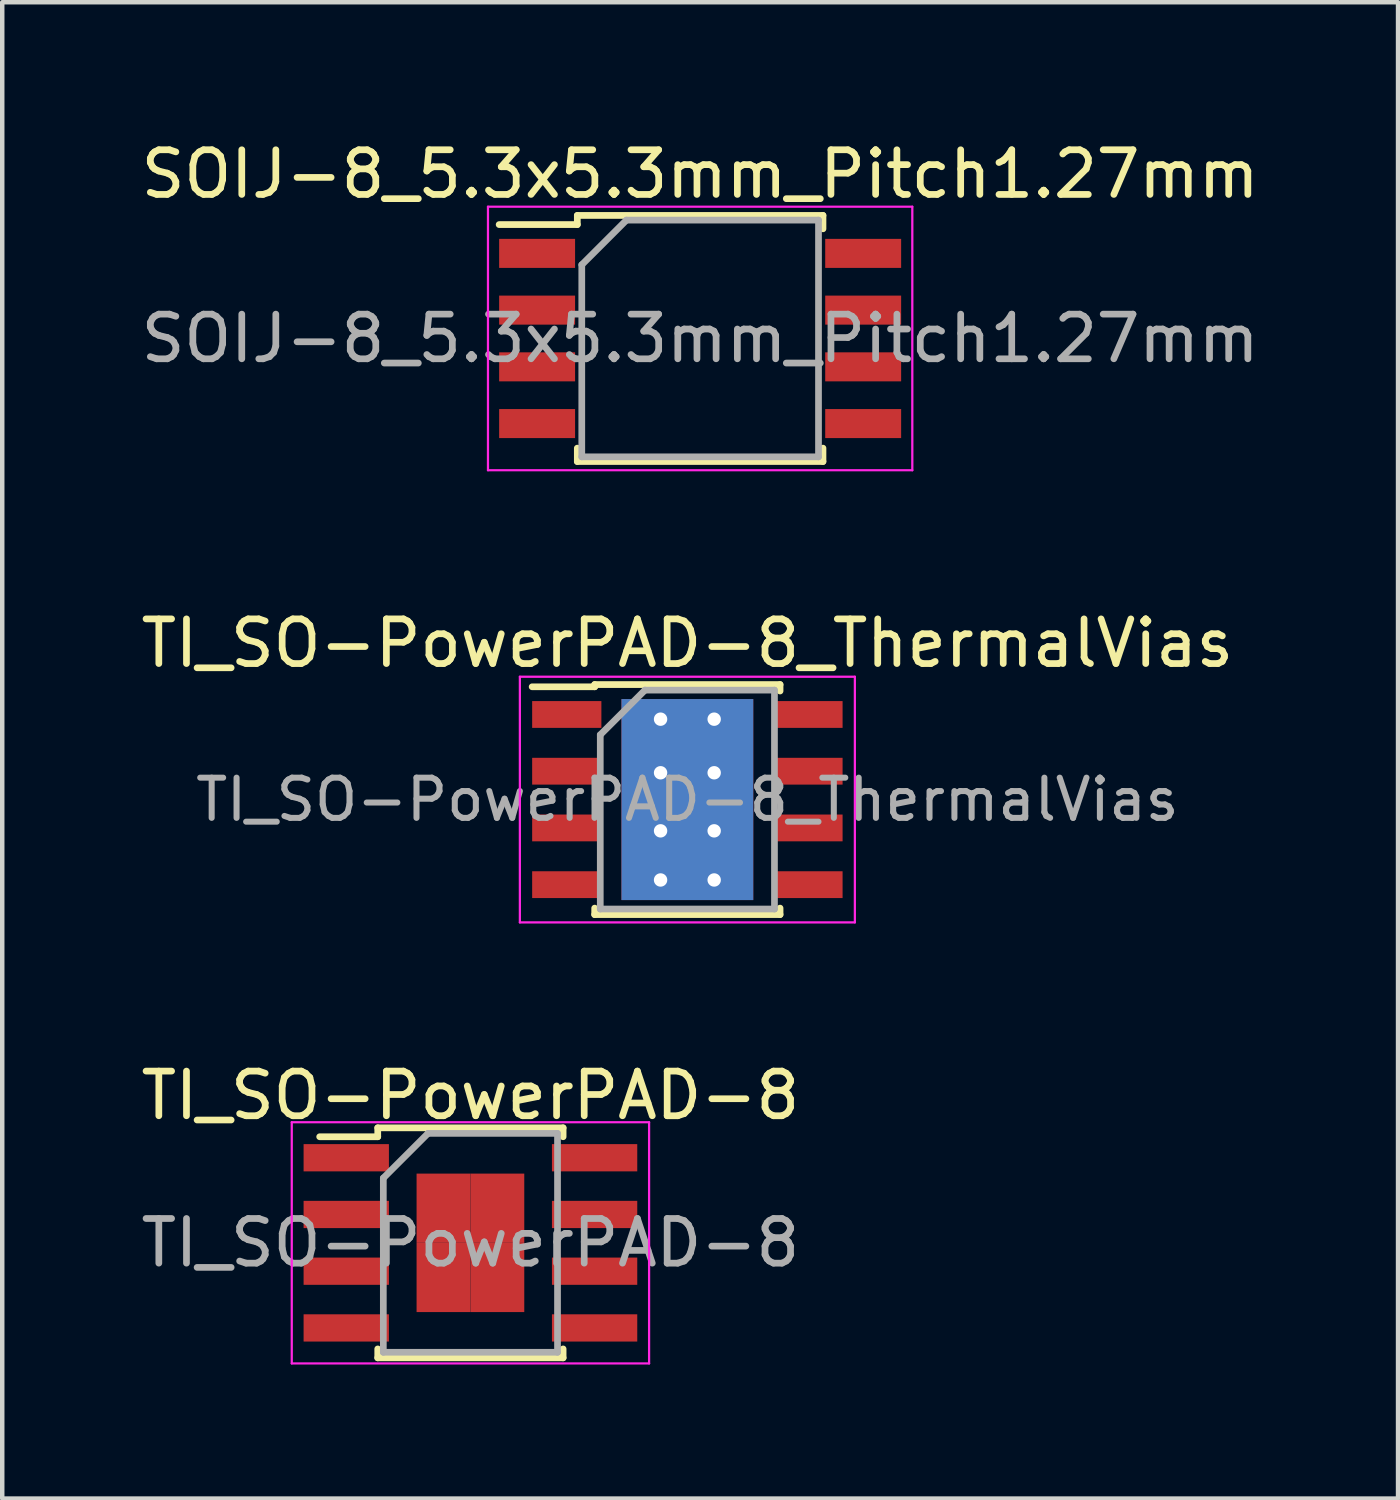
<source format=kicad_pcb>
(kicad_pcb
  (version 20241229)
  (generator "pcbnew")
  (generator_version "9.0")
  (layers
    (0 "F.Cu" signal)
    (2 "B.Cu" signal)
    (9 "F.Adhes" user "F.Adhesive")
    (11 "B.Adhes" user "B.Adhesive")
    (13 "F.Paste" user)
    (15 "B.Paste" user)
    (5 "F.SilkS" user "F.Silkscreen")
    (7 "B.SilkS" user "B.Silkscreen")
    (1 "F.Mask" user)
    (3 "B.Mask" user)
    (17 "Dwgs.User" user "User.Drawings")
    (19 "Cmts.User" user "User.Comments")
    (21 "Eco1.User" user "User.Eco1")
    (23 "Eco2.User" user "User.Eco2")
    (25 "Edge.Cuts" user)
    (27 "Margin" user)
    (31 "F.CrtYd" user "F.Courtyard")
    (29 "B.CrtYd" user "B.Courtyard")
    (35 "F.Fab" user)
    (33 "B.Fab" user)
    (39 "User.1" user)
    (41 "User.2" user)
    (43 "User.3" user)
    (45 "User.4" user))
  (footprint "TI_SO-PowerPAD-8"
    (layer "F.Cu")
    (at 7.482 24.775)
    (property "Reference" "TI_SO-PowerPAD-8" (at 0 -3.3 0) (layer "F.SilkS") (effects (font (size 1 1) (thickness 0.15))))
    (attr smd)
    (fp_line (start -2.075 -2.575) (end -2.075 -2.375) (stroke (width 0.15) (type solid)) (layer "F.SilkS"))
    (fp_line (start -2.075 -2.575) (end 2.075 -2.575) (stroke (width 0.15) (type solid)) (layer "F.SilkS"))
    (fp_line (start -2.075 -2.375) (end -3.375 -2.375) (stroke (width 0.15) (type solid)) (layer "F.SilkS"))
    (fp_line (start -2.075 2.575) (end -2.075 2.375) (stroke (width 0.15) (type solid)) (layer "F.SilkS"))
    (fp_line (start -2.075 2.575) (end 2.075 2.575) (stroke (width 0.15) (type solid)) (layer "F.SilkS"))
    (fp_line (start 2.075 -2.575) (end 2.075 -2.375) (stroke (width 0.15) (type solid)) (layer "F.SilkS"))
    (fp_line (start 2.075 2.575) (end 2.075 2.375) (stroke (width 0.15) (type solid)) (layer "F.SilkS"))
    (fp_line (start -4 -2.7) (end -4 2.7) (stroke (width 0.05) (type solid)) (layer "F.CrtYd"))
    (fp_line (start -4 -2.7) (end 4 -2.7) (stroke (width 0.05) (type solid)) (layer "F.CrtYd"))
    (fp_line (start -4 2.7) (end 4 2.7) (stroke (width 0.05) (type solid)) (layer "F.CrtYd"))
    (fp_line (start 4 -2.7) (end 4 2.7) (stroke (width 0.05) (type solid)) (layer "F.CrtYd"))
    (fp_line (start -1.95 -1.45) (end -0.95 -2.45) (stroke (width 0.15) (type solid)) (layer "F.Fab"))
    (fp_line (start -1.95 2.45) (end -1.95 -1.45) (stroke (width 0.15) (type solid)) (layer "F.Fab"))
    (fp_line (start -0.95 -2.45) (end 1.95 -2.45) (stroke (width 0.15) (type solid)) (layer "F.Fab"))
    (fp_line (start 1.95 -2.45) (end 1.95 2.45) (stroke (width 0.15) (type solid)) (layer "F.Fab"))
    (fp_line (start 1.95 2.45) (end -1.95 2.45) (stroke (width 0.15) (type solid)) (layer "F.Fab"))
    (fp_text user "${REFERENCE}" (at 0 0 0) (layer "F.Fab") (effects (font (size 1 1) (thickness 0.15))))
    (pad "1" smd rect (at -2.78 -1.905) (size 1.91 0.61) (layers "F.Cu" "F.Mask" "F.Paste"))
    (pad "2" smd rect (at -2.78 -0.635) (size 1.91 0.61) (layers "F.Cu" "F.Mask" "F.Paste"))
    (pad "3" smd rect (at -2.78 0.635) (size 1.91 0.61) (layers "F.Cu" "F.Mask" "F.Paste"))
    (pad "4" smd rect (at -2.78 1.905) (size 1.91 0.61) (layers "F.Cu" "F.Mask" "F.Paste"))
    (pad "5" smd rect (at 2.78 1.905) (size 1.91 0.61) (layers "F.Cu" "F.Mask" "F.Paste"))
    (pad "6" smd rect (at 2.78 0.635) (size 1.91 0.61) (layers "F.Cu" "F.Mask" "F.Paste"))
    (pad "7" smd rect (at 2.78 -0.635) (size 1.91 0.61) (layers "F.Cu" "F.Mask" "F.Paste"))
    (pad "8" smd rect (at 2.78 -1.905) (size 1.91 0.61) (layers "F.Cu" "F.Mask" "F.Paste"))
    (pad "9" smd rect (at -0.603 -0.775) (size 1.205 1.55) (layers "F.Cu" "F.Mask" "F.Paste"))
    (pad "9" smd rect (at -0.603 0.775) (size 1.205 1.55) (layers "F.Cu" "F.Mask" "F.Paste"))
    (pad "9" smd rect (at 0.603 -0.775) (size 1.205 1.55) (layers "F.Cu" "F.Mask" "F.Paste"))
    (pad "9" smd rect (at 0.603 0.775) (size 1.205 1.55) (layers "F.Cu" "F.Mask" "F.Paste")))
  (footprint "TI_SO-PowerPAD-8_ThermalVias"
    (layer "F.Cu")
    (at 12.339 14.851)
    (property "Reference" "TI_SO-PowerPAD-8_ThermalVias" (at 0 -3.5 0) (layer "F.SilkS") (effects (font (size 1 1) (thickness 0.15))))
    (attr smd)
    (fp_line (start -2.075 -2.575) (end -2.075 -2.525) (stroke (width 0.15) (type solid)) (layer "F.SilkS"))
    (fp_line (start -2.075 -2.575) (end 2.075 -2.575) (stroke (width 0.15) (type solid)) (layer "F.SilkS"))
    (fp_line (start -2.075 -2.525) (end -3.475 -2.525) (stroke (width 0.15) (type solid)) (layer "F.SilkS"))
    (fp_line (start -2.075 2.575) (end -2.075 2.43) (stroke (width 0.15) (type solid)) (layer "F.SilkS"))
    (fp_line (start -2.075 2.575) (end 2.075 2.575) (stroke (width 0.15) (type solid)) (layer "F.SilkS"))
    (fp_line (start 2.075 -2.575) (end 2.075 -2.43) (stroke (width 0.15) (type solid)) (layer "F.SilkS"))
    (fp_line (start 2.075 2.575) (end 2.075 2.43) (stroke (width 0.15) (type solid)) (layer "F.SilkS"))
    (fp_line (start -3.75 -2.75) (end -3.75 2.75) (stroke (width 0.05) (type solid)) (layer "F.CrtYd"))
    (fp_line (start -3.75 -2.75) (end 3.75 -2.75) (stroke (width 0.05) (type solid)) (layer "F.CrtYd"))
    (fp_line (start -3.75 2.75) (end 3.75 2.75) (stroke (width 0.05) (type solid)) (layer "F.CrtYd"))
    (fp_line (start 3.75 -2.75) (end 3.75 2.75) (stroke (width 0.05) (type solid)) (layer "F.CrtYd"))
    (fp_line (start -1.95 -1.45) (end -0.95 -2.45) (stroke (width 0.15) (type solid)) (layer "F.Fab"))
    (fp_line (start -1.95 2.45) (end -1.95 -1.45) (stroke (width 0.15) (type solid)) (layer "F.Fab"))
    (fp_line (start -0.95 -2.45) (end 1.95 -2.45) (stroke (width 0.15) (type solid)) (layer "F.Fab"))
    (fp_line (start 1.95 -2.45) (end 1.95 2.45) (stroke (width 0.15) (type solid)) (layer "F.Fab"))
    (fp_line (start 1.95 2.45) (end -1.95 2.45) (stroke (width 0.15) (type solid)) (layer "F.Fab"))
    (fp_text user "${REFERENCE}" (at 0 0 0) (layer "F.Fab") (effects (font (size 0.9 0.9) (thickness 0.135))))
    (pad "1" smd rect (at -2.7 -1.905) (size 1.55 0.6) (layers "F.Cu" "F.Mask" "F.Paste"))
    (pad "2" smd rect (at -2.7 -0.635) (size 1.55 0.6) (layers "F.Cu" "F.Mask" "F.Paste"))
    (pad "3" smd rect (at -2.7 0.635) (size 1.55 0.6) (layers "F.Cu" "F.Mask" "F.Paste"))
    (pad "4" smd rect (at -2.7 1.905) (size 1.55 0.6) (layers "F.Cu" "F.Mask" "F.Paste"))
    (pad "5" smd rect (at 2.7 1.905) (size 1.55 0.6) (layers "F.Cu" "F.Mask" "F.Paste"))
    (pad "6" smd rect (at 2.7 0.635) (size 1.55 0.6) (layers "F.Cu" "F.Mask" "F.Paste"))
    (pad "7" smd rect (at 2.7 -0.635) (size 1.55 0.6) (layers "F.Cu" "F.Mask" "F.Paste"))
    (pad "8" smd rect (at 2.7 -1.905) (size 1.55 0.6) (layers "F.Cu" "F.Mask" "F.Paste"))
    (pad "9" thru_hole circle (at -0.6 -1.8) (size 0.6 0.6) (drill 0.3) (layers "*.Cu"))
    (pad "9" thru_hole circle (at -0.6 -0.6) (size 0.6 0.6) (drill 0.3) (layers "*.Cu"))
    (pad "9" thru_hole circle (at -0.6 0.7) (size 0.6 0.6) (drill 0.3) (layers "*.Cu"))
    (pad "9" thru_hole circle (at -0.6 1.8) (size 0.6 0.6) (drill 0.3) (layers "*.Cu"))
    (pad "9" smd rect (at 0 0) (size 2.6 3.1) (layers "F.Cu" "F.Mask" "F.Paste"))
    (pad "9" smd rect (at 0 0) (size 2.95 4.5) (layers "F.Cu"))
    (pad "9" smd rect (at 0 0) (size 2.95 4.5) (layers "B.Cu"))
    (pad "9" thru_hole circle (at 0.6 -1.8) (size 0.6 0.6) (drill 0.3) (layers "*.Cu"))
    (pad "9" thru_hole circle (at 0.6 -0.6) (size 0.6 0.6) (drill 0.3) (layers "*.Cu"))
    (pad "9" thru_hole circle (at 0.6 0.7) (size 0.6 0.6) (drill 0.3) (layers "*.Cu"))
    (pad "9" thru_hole circle (at 0.6 1.8) (size 0.6 0.6) (drill 0.3) (layers "*.Cu")))
  (footprint "SOIJ-8_5.3x5.3mm_Pitch1.27mm"
    (layer "F.Cu")
    (at 12.625 4.528)
    (property "Reference" "SOIJ-8_5.3x5.3mm_Pitch1.27mm" (at 0 -3.68 0) (layer "F.SilkS") (effects (font (size 1 1) (thickness 0.15))))
    (attr smd)
    (fp_line (start -2.75 -2.755) (end -2.75 -2.55) (stroke (width 0.15) (type solid)) (layer "F.SilkS"))
    (fp_line (start -2.75 -2.755) (end 2.75 -2.755) (stroke (width 0.15) (type solid)) (layer "F.SilkS"))
    (fp_line (start -2.75 -2.55) (end -4.5 -2.55) (stroke (width 0.15) (type solid)) (layer "F.SilkS"))
    (fp_line (start -2.75 2.755) (end -2.75 2.455) (stroke (width 0.15) (type solid)) (layer "F.SilkS"))
    (fp_line (start -2.75 2.755) (end 2.75 2.755) (stroke (width 0.15) (type solid)) (layer "F.SilkS"))
    (fp_line (start 2.75 -2.755) (end 2.75 -2.455) (stroke (width 0.15) (type solid)) (layer "F.SilkS"))
    (fp_line (start 2.75 2.755) (end 2.75 2.455) (stroke (width 0.15) (type solid)) (layer "F.SilkS"))
    (fp_line (start -4.75 -2.95) (end -4.75 2.95) (stroke (width 0.05) (type solid)) (layer "F.CrtYd"))
    (fp_line (start -4.75 -2.95) (end 4.75 -2.95) (stroke (width 0.05) (type solid)) (layer "F.CrtYd"))
    (fp_line (start -4.75 2.95) (end 4.75 2.95) (stroke (width 0.05) (type solid)) (layer "F.CrtYd"))
    (fp_line (start 4.75 -2.95) (end 4.75 2.95) (stroke (width 0.05) (type solid)) (layer "F.CrtYd"))
    (fp_line (start -2.65 -1.65) (end -1.65 -2.65) (stroke (width 0.15) (type solid)) (layer "F.Fab"))
    (fp_line (start -2.65 2.65) (end -2.65 -1.65) (stroke (width 0.15) (type solid)) (layer "F.Fab"))
    (fp_line (start -1.65 -2.65) (end 2.65 -2.65) (stroke (width 0.15) (type solid)) (layer "F.Fab"))
    (fp_line (start 2.65 -2.65) (end 2.65 2.65) (stroke (width 0.15) (type solid)) (layer "F.Fab"))
    (fp_line (start 2.65 2.65) (end -2.65 2.65) (stroke (width 0.15) (type solid)) (layer "F.Fab"))
    (fp_text user "${REFERENCE}" (at 0 0 0) (layer "F.Fab") (effects (font (size 1 1) (thickness 0.15))))
    (pad "1" smd rect (at -3.65 -1.905) (size 1.7 0.65) (layers "F.Cu" "F.Mask" "F.Paste"))
    (pad "2" smd rect (at -3.65 -0.635) (size 1.7 0.65) (layers "F.Cu" "F.Mask" "F.Paste"))
    (pad "3" smd rect (at -3.65 0.635) (size 1.7 0.65) (layers "F.Cu" "F.Mask" "F.Paste"))
    (pad "4" smd rect (at -3.65 1.905) (size 1.7 0.65) (layers "F.Cu" "F.Mask" "F.Paste"))
    (pad "5" smd rect (at 3.65 1.905) (size 1.7 0.65) (layers "F.Cu" "F.Mask" "F.Paste"))
    (pad "6" smd rect (at 3.65 0.635) (size 1.7 0.65) (layers "F.Cu" "F.Mask" "F.Paste"))
    (pad "7" smd rect (at 3.65 -0.635) (size 1.7 0.65) (layers "F.Cu" "F.Mask" "F.Paste"))
    (pad "8" smd rect (at 3.65 -1.905) (size 1.7 0.65) (layers "F.Cu" "F.Mask" "F.Paste")))
  (gr_rect
    (start -3 -3)
    (end 28.25 30.5)
    (stroke (width 0.1) (type default))
    (fill no)
    (layer "Edge.Cuts")))
</source>
